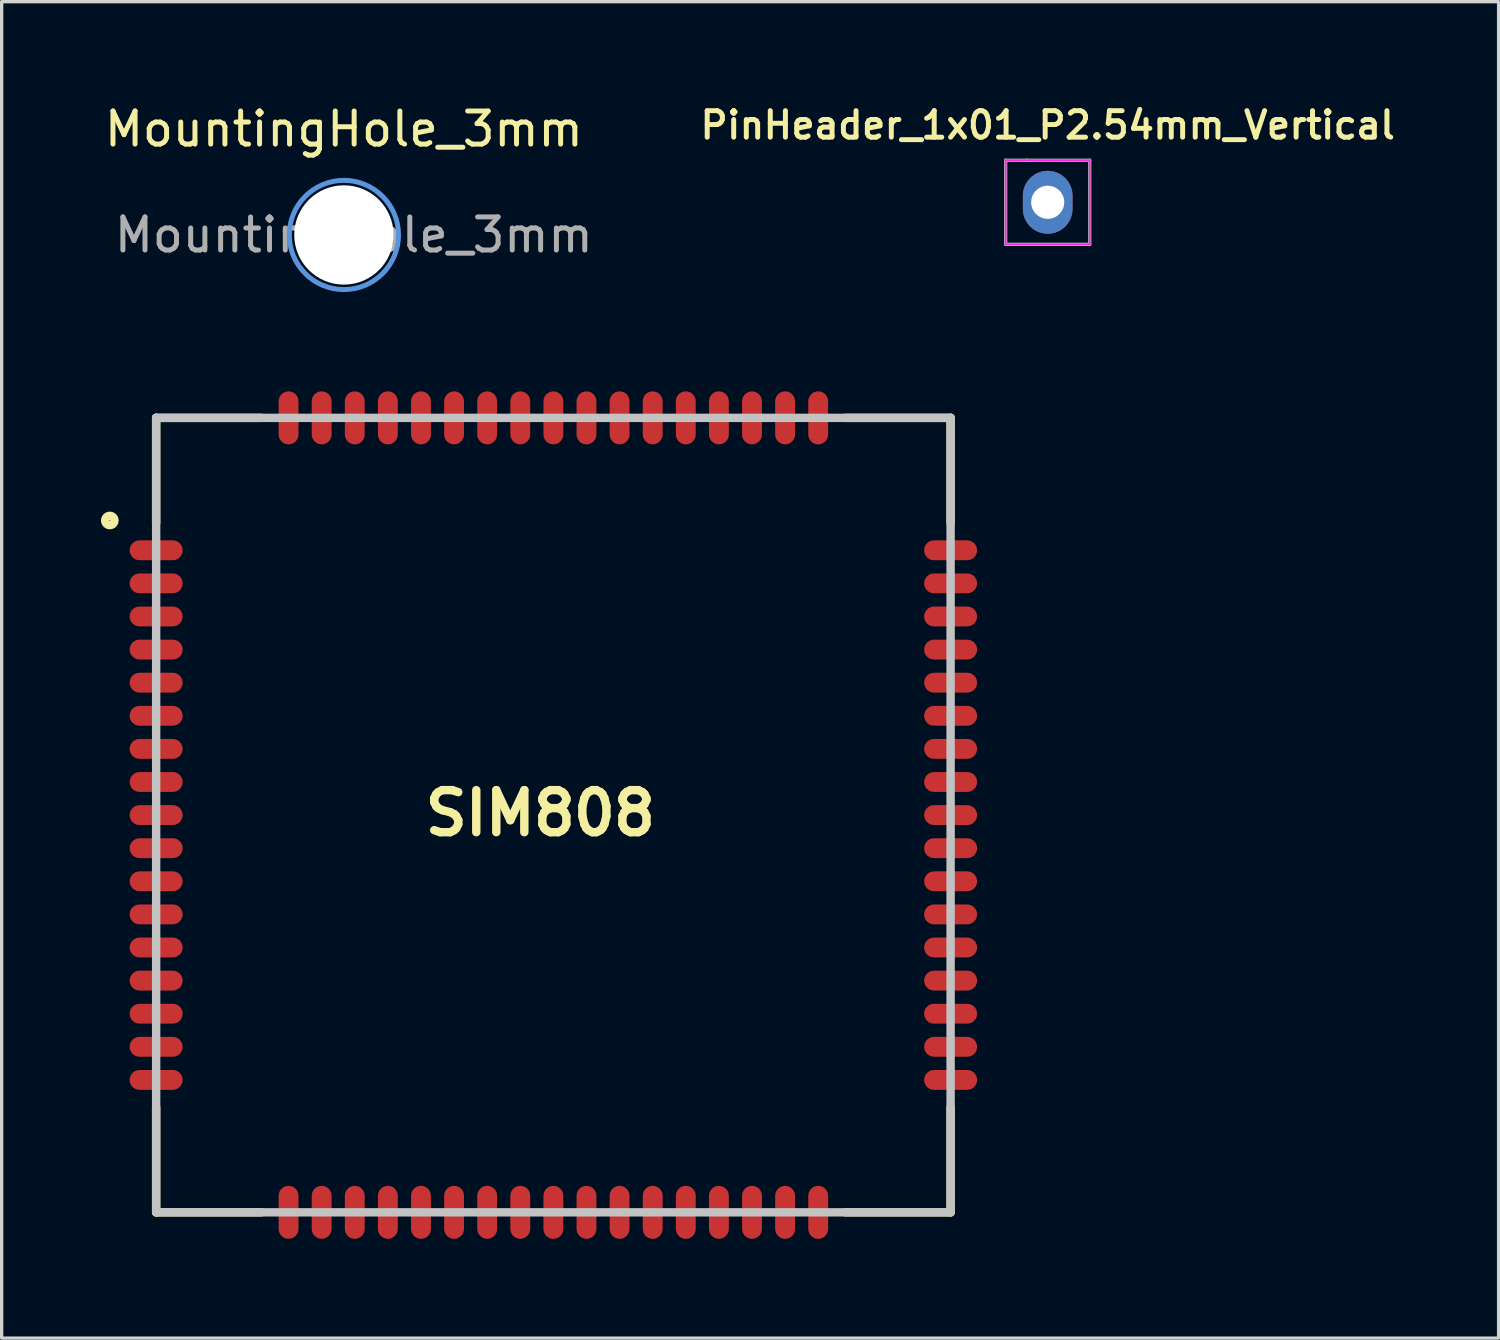
<source format=kicad_pcb>
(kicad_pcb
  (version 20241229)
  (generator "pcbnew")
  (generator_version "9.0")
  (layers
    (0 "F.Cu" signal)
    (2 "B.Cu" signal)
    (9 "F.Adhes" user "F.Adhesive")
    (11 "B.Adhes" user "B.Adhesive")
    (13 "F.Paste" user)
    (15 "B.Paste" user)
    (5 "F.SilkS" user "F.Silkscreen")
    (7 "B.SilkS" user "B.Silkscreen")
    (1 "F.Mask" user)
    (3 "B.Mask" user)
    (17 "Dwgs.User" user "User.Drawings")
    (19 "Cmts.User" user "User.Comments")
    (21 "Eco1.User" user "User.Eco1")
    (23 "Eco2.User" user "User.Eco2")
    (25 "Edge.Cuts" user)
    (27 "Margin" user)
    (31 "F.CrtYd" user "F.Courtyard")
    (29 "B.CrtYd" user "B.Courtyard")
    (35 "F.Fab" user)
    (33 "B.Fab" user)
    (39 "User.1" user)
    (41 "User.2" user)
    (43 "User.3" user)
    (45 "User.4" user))
  (footprint "PinHeader_1x01_P2.54mm_Vertical"
    (layer "F.Cu")
    (at 28.6 3.061)
    (property "Reference" "PinHeader_1x01_P2.54mm_Vertical" (at 0 -2.33 0) (layer "F.SilkS") (effects (font (size 0.8 0.8) (thickness 0.15))))
    (attr through_hole)
    (fp_line (start -1.27 -1.27) (end -1.27 1.27) (stroke (width 0.05) (type solid)) (layer "F.CrtYd"))
    (fp_line (start -1.27 1.27) (end 1.27 1.27) (stroke (width 0.05) (type solid)) (layer "F.CrtYd"))
    (fp_line (start 1.27 -1.27) (end -1.27 -1.27) (stroke (width 0.05) (type solid)) (layer "F.CrtYd"))
    (fp_line (start 1.27 1.27) (end 1.27 -1.27) (stroke (width 0.05) (type solid)) (layer "F.CrtYd"))
    (fp_line (start -1.27 -1.27) (end -0.635 -1.27) (stroke (width 0.1) (type solid)) (layer "F.Fab"))
    (fp_line (start -1.27 1.27) (end -1.27 -1.27) (stroke (width 0.1) (type solid)) (layer "F.Fab"))
    (fp_line (start -0.635 -1.27) (end 1.27 -1.27) (stroke (width 0.1) (type solid)) (layer "F.Fab"))
    (fp_line (start 1.27 -1.27) (end 1.27 1.27) (stroke (width 0.1) (type solid)) (layer "F.Fab"))
    (fp_line (start 1.27 1.27) (end -1.27 1.27) (stroke (width 0.1) (type solid)) (layer "F.Fab"))
    (pad "" thru_hole oval (at 0 0) (size 1.5 1.9) (drill 1) (layers "*.Cu" "*.Mask")))
  (footprint "SIM808"
    (layer "F.Cu")
    (at 13.667 21.573)
    (property "Reference" "SIM808" (at -0.394 -0.058 0) (layer "F.SilkS") (effects (font (size 1.27 1.27) (thickness 0.254))))
    (attr smd)
    (fp_line (start -12 -12) (end -12 -8.825) (stroke (width 0.254) (type solid)) (layer "F.SilkS"))
    (fp_line (start -12 -12) (end -8.825 -12) (stroke (width 0.254) (type solid)) (layer "F.SilkS"))
    (fp_line (start -12 12) (end -12 8.825) (stroke (width 0.254) (type solid)) (layer "F.SilkS"))
    (fp_line (start -12 12) (end -8.825 12) (stroke (width 0.254) (type solid)) (layer "F.SilkS"))
    (fp_line (start 12 -12) (end 8.825 -12) (stroke (width 0.254) (type solid)) (layer "F.SilkS"))
    (fp_line (start 12 -12) (end 12 -8.825) (stroke (width 0.254) (type solid)) (layer "F.SilkS"))
    (fp_line (start 12 12) (end 8.825 12) (stroke (width 0.254) (type solid)) (layer "F.SilkS"))
    (fp_line (start 12 12) (end 12 8.825) (stroke (width 0.254) (type solid)) (layer "F.SilkS"))
    (fp_circle (center -13.4 -8.9) (end -13.4 -8.76) (stroke (width 0.254) (type solid)) (fill no) (layer "F.SilkS"))
    (fp_line (start -12 -12) (end 12 -12) (stroke (width 0.254) (type solid)) (layer "Dwgs.User"))
    (fp_line (start -12 12) (end -12 -12) (stroke (width 0.254) (type solid)) (layer "Dwgs.User"))
    (fp_line (start 12 -12) (end 12 12) (stroke (width 0.254) (type solid)) (layer "Dwgs.User"))
    (fp_line (start 12 12) (end -12 12) (stroke (width 0.254) (type solid)) (layer "Dwgs.User"))
    (pad "1" smd oval (at -12 -8 90) (size 0.6 1.6) (layers "F.Cu" "F.Mask" "F.Paste"))
    (pad "2" smd oval (at -12 -7 90) (size 0.6 1.6) (layers "F.Cu" "F.Mask" "F.Paste"))
    (pad "3" smd oval (at -12 -6 90) (size 0.6 1.6) (layers "F.Cu" "F.Mask" "F.Paste"))
    (pad "4" smd oval (at -12 -5 90) (size 0.6 1.6) (layers "F.Cu" "F.Mask" "F.Paste"))
    (pad "5" smd oval (at -12 -4 90) (size 0.6 1.6) (layers "F.Cu" "F.Mask" "F.Paste"))
    (pad "6" smd oval (at -12 -3 90) (size 0.6 1.6) (layers "F.Cu" "F.Mask" "F.Paste"))
    (pad "7" smd oval (at -12 -2 90) (size 0.6 1.6) (layers "F.Cu" "F.Mask" "F.Paste"))
    (pad "8" smd oval (at -12 -1 90) (size 0.6 1.6) (layers "F.Cu" "F.Mask" "F.Paste"))
    (pad "9" smd oval (at -12 0 90) (size 0.6 1.6) (layers "F.Cu" "F.Mask" "F.Paste"))
    (pad "10" smd oval (at -12 1 90) (size 0.6 1.6) (layers "F.Cu" "F.Mask" "F.Paste"))
    (pad "11" smd oval (at -12 2 90) (size 0.6 1.6) (layers "F.Cu" "F.Mask" "F.Paste"))
    (pad "12" smd oval (at -12 3 90) (size 0.6 1.6) (layers "F.Cu" "F.Mask" "F.Paste"))
    (pad "13" smd oval (at -12 4 90) (size 0.6 1.6) (layers "F.Cu" "F.Mask" "F.Paste"))
    (pad "14" smd oval (at -12 5 90) (size 0.6 1.6) (layers "F.Cu" "F.Mask" "F.Paste"))
    (pad "15" smd oval (at -12 6 90) (size 0.6 1.6) (layers "F.Cu" "F.Mask" "F.Paste"))
    (pad "16" smd oval (at -12 7 90) (size 0.6 1.6) (layers "F.Cu" "F.Mask" "F.Paste"))
    (pad "17" smd oval (at -12 8 90) (size 0.6 1.6) (layers "F.Cu" "F.Mask" "F.Paste"))
    (pad "18" smd oval (at -8 12) (size 0.6 1.6) (layers "F.Cu" "F.Mask" "F.Paste"))
    (pad "19" smd oval (at -7 12) (size 0.6 1.6) (layers "F.Cu" "F.Mask" "F.Paste"))
    (pad "20" smd oval (at -6 12) (size 0.6 1.6) (layers "F.Cu" "F.Mask" "F.Paste"))
    (pad "21" smd oval (at -5 12) (size 0.6 1.6) (layers "F.Cu" "F.Mask" "F.Paste"))
    (pad "22" smd oval (at -4 12) (size 0.6 1.6) (layers "F.Cu" "F.Mask" "F.Paste"))
    (pad "23" smd oval (at -3 12) (size 0.6 1.6) (layers "F.Cu" "F.Mask" "F.Paste"))
    (pad "24" smd oval (at -2 12) (size 0.6 1.6) (layers "F.Cu" "F.Mask" "F.Paste"))
    (pad "25" smd oval (at -1 12) (size 0.6 1.6) (layers "F.Cu" "F.Mask" "F.Paste"))
    (pad "26" smd oval (at 0 12) (size 0.6 1.6) (layers "F.Cu" "F.Mask" "F.Paste"))
    (pad "27" smd oval (at 1 12) (size 0.6 1.6) (layers "F.Cu" "F.Mask" "F.Paste"))
    (pad "28" smd oval (at 2 12) (size 0.6 1.6) (layers "F.Cu" "F.Mask" "F.Paste"))
    (pad "29" smd oval (at 3 12) (size 0.6 1.6) (layers "F.Cu" "F.Mask" "F.Paste"))
    (pad "30" smd oval (at 4 12) (size 0.6 1.6) (layers "F.Cu" "F.Mask" "F.Paste"))
    (pad "31" smd oval (at 5 12) (size 0.6 1.6) (layers "F.Cu" "F.Mask" "F.Paste"))
    (pad "32" smd oval (at 6 12) (size 0.6 1.6) (layers "F.Cu" "F.Mask" "F.Paste"))
    (pad "33" smd oval (at 7 12) (size 0.6 1.6) (layers "F.Cu" "F.Mask" "F.Paste"))
    (pad "34" smd oval (at 8 12) (size 0.6 1.6) (layers "F.Cu" "F.Mask" "F.Paste"))
    (pad "35" smd oval (at 12 8 90) (size 0.6 1.6) (layers "F.Cu" "F.Mask" "F.Paste"))
    (pad "36" smd oval (at 12 7 90) (size 0.6 1.6) (layers "F.Cu" "F.Mask" "F.Paste"))
    (pad "37" smd oval (at 12 6 90) (size 0.6 1.6) (layers "F.Cu" "F.Mask" "F.Paste"))
    (pad "38" smd oval (at 12 5 90) (size 0.6 1.6) (layers "F.Cu" "F.Mask" "F.Paste"))
    (pad "39" smd oval (at 12 4 90) (size 0.6 1.6) (layers "F.Cu" "F.Mask" "F.Paste"))
    (pad "40" smd oval (at 12 3 90) (size 0.6 1.6) (layers "F.Cu" "F.Mask" "F.Paste"))
    (pad "41" smd oval (at 12 2 90) (size 0.6 1.6) (layers "F.Cu" "F.Mask" "F.Paste"))
    (pad "42" smd oval (at 12 1 90) (size 0.6 1.6) (layers "F.Cu" "F.Mask" "F.Paste"))
    (pad "43" smd oval (at 12 0 90) (size 0.6 1.6) (layers "F.Cu" "F.Mask" "F.Paste"))
    (pad "44" smd oval (at 12 -1 90) (size 0.6 1.6) (layers "F.Cu" "F.Mask" "F.Paste"))
    (pad "45" smd oval (at 12 -2 90) (size 0.6 1.6) (layers "F.Cu" "F.Mask" "F.Paste"))
    (pad "46" smd oval (at 12 -3 90) (size 0.6 1.6) (layers "F.Cu" "F.Mask" "F.Paste"))
    (pad "47" smd oval (at 12 -4 90) (size 0.6 1.6) (layers "F.Cu" "F.Mask" "F.Paste"))
    (pad "48" smd oval (at 12 -5 90) (size 0.6 1.6) (layers "F.Cu" "F.Mask" "F.Paste"))
    (pad "49" smd oval (at 12 -6 90) (size 0.6 1.6) (layers "F.Cu" "F.Mask" "F.Paste"))
    (pad "50" smd oval (at 12 -7 90) (size 0.6 1.6) (layers "F.Cu" "F.Mask" "F.Paste"))
    (pad "51" smd oval (at 12 -8 90) (size 0.6 1.6) (layers "F.Cu" "F.Mask" "F.Paste"))
    (pad "52" smd oval (at 8 -12) (size 0.6 1.6) (layers "F.Cu" "F.Mask" "F.Paste"))
    (pad "53" smd oval (at 7 -12) (size 0.6 1.6) (layers "F.Cu" "F.Mask" "F.Paste"))
    (pad "54" smd oval (at 6 -12) (size 0.6 1.6) (layers "F.Cu" "F.Mask" "F.Paste"))
    (pad "55" smd oval (at 5 -12) (size 0.6 1.6) (layers "F.Cu" "F.Mask" "F.Paste"))
    (pad "56" smd oval (at 4 -12) (size 0.6 1.6) (layers "F.Cu" "F.Mask" "F.Paste"))
    (pad "57" smd oval (at 3 -12) (size 0.6 1.6) (layers "F.Cu" "F.Mask" "F.Paste"))
    (pad "58" smd oval (at 2 -12) (size 0.6 1.6) (layers "F.Cu" "F.Mask" "F.Paste"))
    (pad "59" smd oval (at 1 -12) (size 0.6 1.6) (layers "F.Cu" "F.Mask" "F.Paste"))
    (pad "60" smd oval (at 0 -12) (size 0.6 1.6) (layers "F.Cu" "F.Mask" "F.Paste"))
    (pad "61" smd oval (at -1 -12) (size 0.6 1.6) (layers "F.Cu" "F.Mask" "F.Paste"))
    (pad "62" smd oval (at -2 -12) (size 0.6 1.6) (layers "F.Cu" "F.Mask" "F.Paste"))
    (pad "63" smd oval (at -3 -12) (size 0.6 1.6) (layers "F.Cu" "F.Mask" "F.Paste"))
    (pad "64" smd oval (at -4 -12) (size 0.6 1.6) (layers "F.Cu" "F.Mask" "F.Paste"))
    (pad "65" smd oval (at -5 -12) (size 0.6 1.6) (layers "F.Cu" "F.Mask" "F.Paste"))
    (pad "66" smd oval (at -6 -12) (size 0.6 1.6) (layers "F.Cu" "F.Mask" "F.Paste"))
    (pad "67" smd oval (at -7 -12) (size 0.6 1.6) (layers "F.Cu" "F.Mask" "F.Paste"))
    (pad "68" smd oval (at -8 -12) (size 0.6 1.6) (layers "F.Cu" "F.Mask" "F.Paste")))
  (footprint "MountingHole_3mm"
    (layer "F.Cu")
    (at 7.339 4.048)
    (property "Reference" "MountingHole_3mm" (at 0 -3.2 0) (layer "F.SilkS") (effects (font (size 1 1) (thickness 0.15))))
    (attr exclude_from_pos_files exclude_from_bom)
    (fp_circle (center 0 0) (end 1.65 0) (stroke (width 0.15) (type solid)) (fill no) (layer "Cmts.User"))
    (fp_circle (center 0 0) (end 1.65 0) (stroke (width 0.05) (type solid)) (fill no) (layer "F.CrtYd"))
    (fp_text user "${REFERENCE}" (at 0.3 0 0) (layer "F.Fab") (effects (font (size 1 1) (thickness 0.15))))
    (pad "" np_thru_hole circle (at 0 0) (size 3 3) (drill 3) (layers "*.Cu" "*.Mask")))
  (gr_rect
    (start -3 -3)
    (end 42.221 37.373)
    (stroke (width 0.1) (type default))
    (fill no)
    (layer "Edge.Cuts")))
</source>
